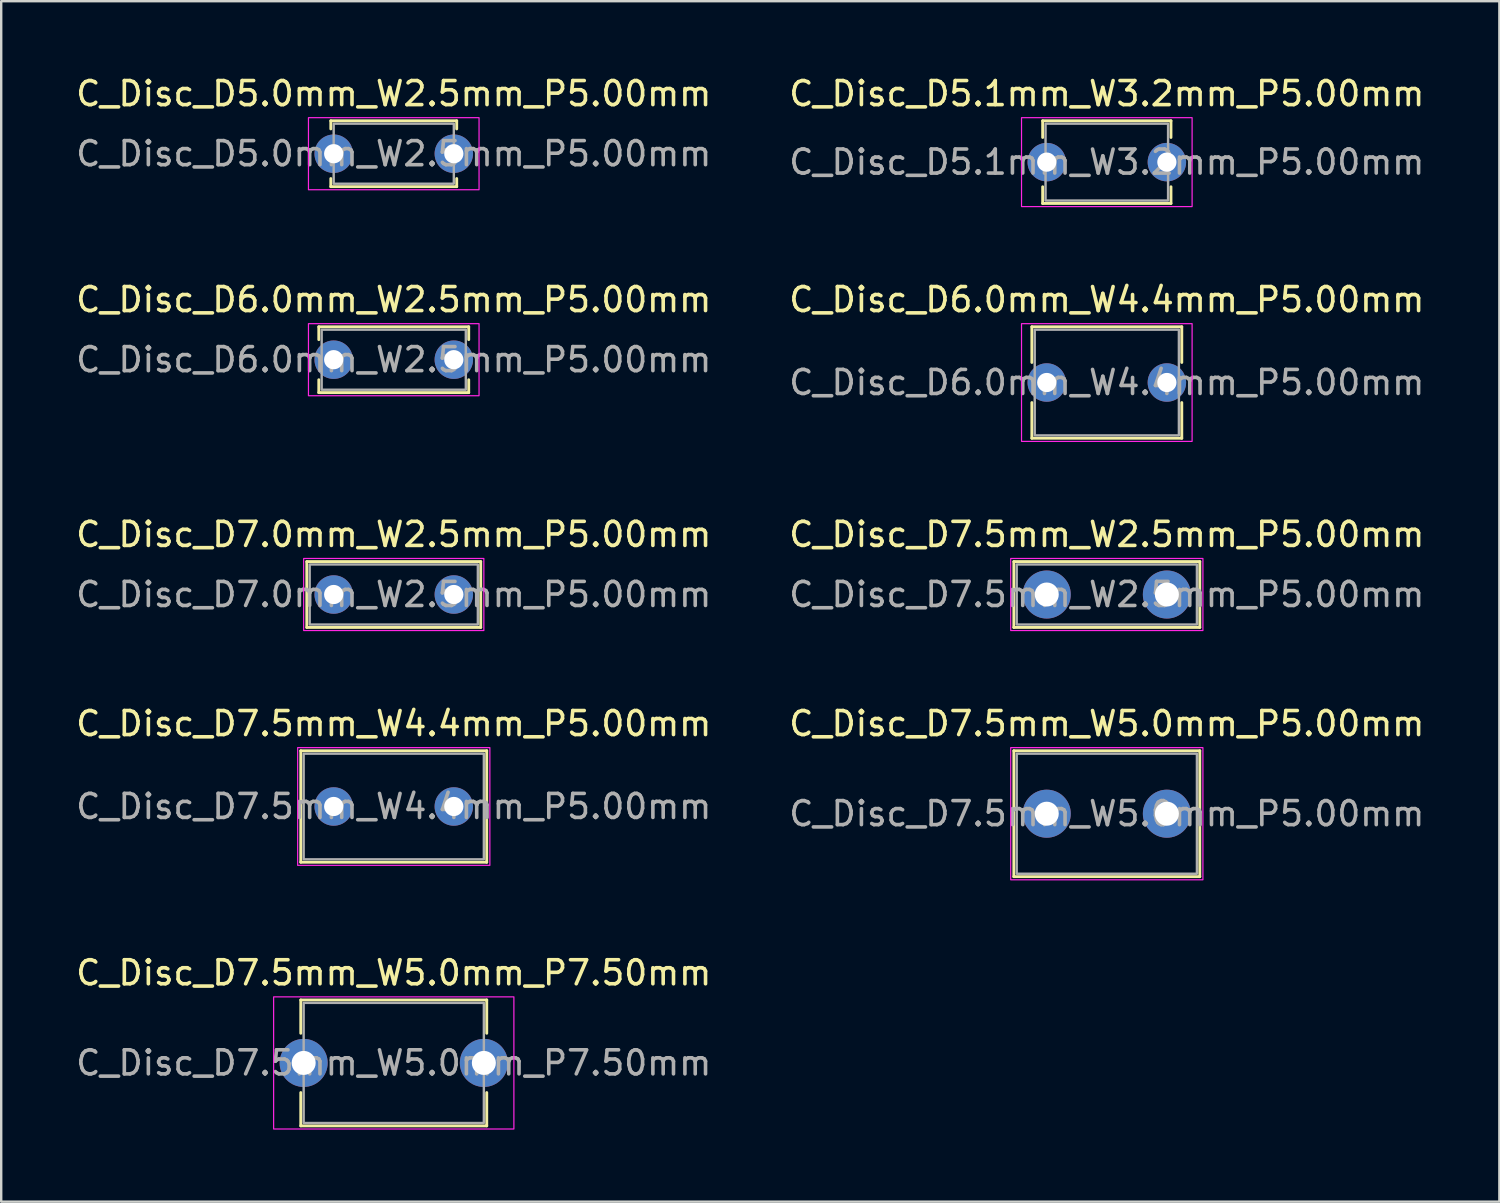
<source format=kicad_pcb>
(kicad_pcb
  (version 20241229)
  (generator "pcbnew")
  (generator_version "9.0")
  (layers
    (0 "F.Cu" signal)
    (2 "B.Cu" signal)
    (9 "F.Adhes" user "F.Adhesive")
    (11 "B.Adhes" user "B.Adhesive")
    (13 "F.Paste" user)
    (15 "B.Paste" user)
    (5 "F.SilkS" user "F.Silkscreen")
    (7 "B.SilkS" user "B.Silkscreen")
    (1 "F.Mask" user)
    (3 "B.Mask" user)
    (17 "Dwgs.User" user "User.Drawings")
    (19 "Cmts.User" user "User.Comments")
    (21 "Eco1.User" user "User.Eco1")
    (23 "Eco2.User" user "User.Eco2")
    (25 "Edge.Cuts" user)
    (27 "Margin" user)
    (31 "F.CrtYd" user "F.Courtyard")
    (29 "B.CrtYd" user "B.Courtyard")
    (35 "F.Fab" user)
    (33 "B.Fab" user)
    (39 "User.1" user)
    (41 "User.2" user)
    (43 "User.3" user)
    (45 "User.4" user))
  (footprint "C_Disc_D7.5mm_W5.0mm_P5.00mm"
    (layer "F.Cu")
    (at 40.518 30.818)
    (property "Reference" "C_Disc_D7.5mm_W5.0mm_P5.00mm" (at 2.5 -3.75 0) (layer "F.SilkS") (effects (font (size 1 1) (thickness 0.15))))
    (attr through_hole)
    (fp_line (start -1.37 -2.62) (end 6.37 -2.62) (stroke (width 0.12) (type solid)) (layer "F.SilkS"))
    (fp_line (start -1.37 2.62) (end -1.37 -2.62) (stroke (width 0.12) (type solid)) (layer "F.SilkS"))
    (fp_line (start 6.37 -2.62) (end 6.37 2.62) (stroke (width 0.12) (type solid)) (layer "F.SilkS"))
    (fp_line (start 6.37 2.62) (end -1.37 2.62) (stroke (width 0.12) (type solid)) (layer "F.SilkS"))
    (fp_rect (start -1.5 -2.75) (end 6.5 2.75) (stroke (width 0.05) (type solid)) (fill no) (layer "F.CrtYd"))
    (fp_rect (start -1.25 -2.5) (end 6.25 2.5) (stroke (width 0.1) (type solid)) (fill no) (layer "F.Fab"))
    (fp_text user "${REFERENCE}" (at 2.5 0 0) (layer "F.Fab") (effects (font (size 1 1) (thickness 0.15))))
    (pad "1" thru_hole circle (at 0 0) (size 2 2) (drill 1) (layers "*.Cu" "*.Mask"))
    (pad "2" thru_hole circle (at 5 0) (size 2 2) (drill 1) (layers "*.Cu" "*.Mask")))
  (footprint "C_Disc_D6.0mm_W2.5mm_P5.00mm"
    (layer "F.Cu")
    (at 10.839 11.921)
    (property "Reference" "C_Disc_D6.0mm_W2.5mm_P5.00mm" (at 2.5 -2.5 0) (layer "F.SilkS") (effects (font (size 1 1) (thickness 0.15))))
    (attr through_hole)
    (fp_line (start -0.62 -1.37) (end 5.62 -1.37) (stroke (width 0.12) (type solid)) (layer "F.SilkS"))
    (fp_line (start -0.62 -0.835) (end -0.62 -1.37) (stroke (width 0.12) (type solid)) (layer "F.SilkS"))
    (fp_line (start -0.62 1.37) (end -0.62 0.835) (stroke (width 0.12) (type solid)) (layer "F.SilkS"))
    (fp_line (start 5.62 -1.37) (end 5.62 -0.835) (stroke (width 0.12) (type solid)) (layer "F.SilkS"))
    (fp_line (start 5.62 0.835) (end 5.62 1.37) (stroke (width 0.12) (type solid)) (layer "F.SilkS"))
    (fp_line (start 5.62 1.37) (end -0.62 1.37) (stroke (width 0.12) (type solid)) (layer "F.SilkS"))
    (fp_rect (start -1.05 -1.5) (end 6.05 1.5) (stroke (width 0.05) (type solid)) (fill no) (layer "F.CrtYd"))
    (fp_rect (start -0.5 -1.25) (end 5.5 1.25) (stroke (width 0.1) (type solid)) (fill no) (layer "F.Fab"))
    (fp_text user "${REFERENCE}" (at 2.5 0 0) (layer "F.Fab") (effects (font (size 1 1) (thickness 0.15))))
    (pad "1" thru_hole circle (at 0 0) (size 1.6 1.6) (drill 0.8) (layers "*.Cu" "*.Mask"))
    (pad "2" thru_hole circle (at 5 0) (size 1.6 1.6) (drill 0.8) (layers "*.Cu" "*.Mask")))
  (footprint "C_Disc_D7.0mm_W2.5mm_P5.00mm"
    (layer "F.Cu")
    (at 10.839 21.695)
    (property "Reference" "C_Disc_D7.0mm_W2.5mm_P5.00mm" (at 2.5 -2.5 0) (layer "F.SilkS") (effects (font (size 1 1) (thickness 0.15))))
    (attr through_hole)
    (fp_line (start -1.12 -1.37) (end 6.12 -1.37) (stroke (width 0.12) (type solid)) (layer "F.SilkS"))
    (fp_line (start -1.12 1.37) (end -1.12 -1.37) (stroke (width 0.12) (type solid)) (layer "F.SilkS"))
    (fp_line (start 6.12 -1.37) (end 6.12 1.37) (stroke (width 0.12) (type solid)) (layer "F.SilkS"))
    (fp_line (start 6.12 1.37) (end -1.12 1.37) (stroke (width 0.12) (type solid)) (layer "F.SilkS"))
    (fp_rect (start -1.25 -1.5) (end 6.25 1.5) (stroke (width 0.05) (type solid)) (fill no) (layer "F.CrtYd"))
    (fp_rect (start -1 -1.25) (end 6 1.25) (stroke (width 0.1) (type solid)) (fill no) (layer "F.Fab"))
    (fp_text user "${REFERENCE}" (at 2.5 0 0) (layer "F.Fab") (effects (font (size 1 1) (thickness 0.15))))
    (pad "1" thru_hole circle (at 0 0) (size 1.6 1.6) (drill 0.8) (layers "*.Cu" "*.Mask"))
    (pad "2" thru_hole circle (at 5 0) (size 1.6 1.6) (drill 0.8) (layers "*.Cu" "*.Mask")))
  (footprint "C_Disc_D5.0mm_W2.5mm_P5.00mm"
    (layer "F.Cu")
    (at 10.839 3.348)
    (property "Reference" "C_Disc_D5.0mm_W2.5mm_P5.00mm" (at 2.5 -2.5 0) (layer "F.SilkS") (effects (font (size 1 1) (thickness 0.15))))
    (attr through_hole)
    (fp_line (start -0.12 -1.37) (end 5.12 -1.37) (stroke (width 0.12) (type solid)) (layer "F.SilkS"))
    (fp_line (start -0.12 -1.033) (end -0.12 -1.37) (stroke (width 0.12) (type solid)) (layer "F.SilkS"))
    (fp_line (start -0.12 1.37) (end -0.12 1.033) (stroke (width 0.12) (type solid)) (layer "F.SilkS"))
    (fp_line (start 5.12 -1.37) (end 5.12 -1.033) (stroke (width 0.12) (type solid)) (layer "F.SilkS"))
    (fp_line (start 5.12 1.033) (end 5.12 1.37) (stroke (width 0.12) (type solid)) (layer "F.SilkS"))
    (fp_line (start 5.12 1.37) (end -0.12 1.37) (stroke (width 0.12) (type solid)) (layer "F.SilkS"))
    (fp_rect (start -1.05 -1.5) (end 6.05 1.5) (stroke (width 0.05) (type solid)) (fill no) (layer "F.CrtYd"))
    (fp_rect (start 0 -1.25) (end 5 1.25) (stroke (width 0.1) (type solid)) (fill no) (layer "F.Fab"))
    (fp_text user "${REFERENCE}" (at 2.5 0 0) (layer "F.Fab") (effects (font (size 1 1) (thickness 0.15))))
    (pad "1" thru_hole circle (at 0 0) (size 1.6 1.6) (drill 0.8) (layers "*.Cu" "*.Mask"))
    (pad "2" thru_hole circle (at 5 0) (size 1.6 1.6) (drill 0.8) (layers "*.Cu" "*.Mask")))
  (footprint "C_Disc_D7.5mm_W4.4mm_P5.00mm"
    (layer "F.Cu")
    (at 10.839 30.518)
    (property "Reference" "C_Disc_D7.5mm_W4.4mm_P5.00mm" (at 2.5 -3.45 0) (layer "F.SilkS") (effects (font (size 1 1) (thickness 0.15))))
    (attr through_hole)
    (fp_line (start -1.37 -2.32) (end 6.37 -2.32) (stroke (width 0.12) (type solid)) (layer "F.SilkS"))
    (fp_line (start -1.37 2.32) (end -1.37 -2.32) (stroke (width 0.12) (type solid)) (layer "F.SilkS"))
    (fp_line (start 6.37 -2.32) (end 6.37 2.32) (stroke (width 0.12) (type solid)) (layer "F.SilkS"))
    (fp_line (start 6.37 2.32) (end -1.37 2.32) (stroke (width 0.12) (type solid)) (layer "F.SilkS"))
    (fp_rect (start -1.5 -2.45) (end 6.5 2.45) (stroke (width 0.05) (type solid)) (fill no) (layer "F.CrtYd"))
    (fp_rect (start -1.25 -2.2) (end 6.25 2.2) (stroke (width 0.1) (type solid)) (fill no) (layer "F.Fab"))
    (fp_text user "${REFERENCE}" (at 2.5 0 0) (layer "F.Fab") (effects (font (size 1 1) (thickness 0.15))))
    (pad "1" thru_hole circle (at 0 0) (size 1.6 1.6) (drill 0.8) (layers "*.Cu" "*.Mask"))
    (pad "2" thru_hole circle (at 5 0) (size 1.6 1.6) (drill 0.8) (layers "*.Cu" "*.Mask")))
  (footprint "C_Disc_D6.0mm_W4.4mm_P5.00mm"
    (layer "F.Cu")
    (at 40.518 12.871)
    (property "Reference" "C_Disc_D6.0mm_W4.4mm_P5.00mm" (at 2.5 -3.45 0) (layer "F.SilkS") (effects (font (size 1 1) (thickness 0.15))))
    (attr through_hole)
    (fp_line (start -0.62 -2.32) (end 5.62 -2.32) (stroke (width 0.12) (type solid)) (layer "F.SilkS"))
    (fp_line (start -0.62 -0.835) (end -0.62 -2.32) (stroke (width 0.12) (type solid)) (layer "F.SilkS"))
    (fp_line (start -0.62 2.32) (end -0.62 0.835) (stroke (width 0.12) (type solid)) (layer "F.SilkS"))
    (fp_line (start 5.62 -2.32) (end 5.62 -0.835) (stroke (width 0.12) (type solid)) (layer "F.SilkS"))
    (fp_line (start 5.62 0.835) (end 5.62 2.32) (stroke (width 0.12) (type solid)) (layer "F.SilkS"))
    (fp_line (start 5.62 2.32) (end -0.62 2.32) (stroke (width 0.12) (type solid)) (layer "F.SilkS"))
    (fp_rect (start -1.05 -2.45) (end 6.05 2.45) (stroke (width 0.05) (type solid)) (fill no) (layer "F.CrtYd"))
    (fp_rect (start -0.5 -2.2) (end 5.5 2.2) (stroke (width 0.1) (type solid)) (fill no) (layer "F.Fab"))
    (fp_text user "${REFERENCE}" (at 2.5 0 0) (layer "F.Fab") (effects (font (size 1 1) (thickness 0.15))))
    (pad "1" thru_hole circle (at 0 0) (size 1.6 1.6) (drill 0.8) (layers "*.Cu" "*.Mask"))
    (pad "2" thru_hole circle (at 5 0) (size 1.6 1.6) (drill 0.8) (layers "*.Cu" "*.Mask")))
  (footprint "C_Disc_D7.5mm_W5.0mm_P7.50mm"
    (layer "F.Cu")
    (at 9.589 41.191)
    (property "Reference" "C_Disc_D7.5mm_W5.0mm_P7.50mm" (at 3.75 -3.75 0) (layer "F.SilkS") (effects (font (size 1 1) (thickness 0.15))))
    (attr through_hole)
    (fp_line (start -0.12 -2.62) (end 7.62 -2.62) (stroke (width 0.12) (type solid)) (layer "F.SilkS"))
    (fp_line (start -0.12 -1.234) (end -0.12 -2.62) (stroke (width 0.12) (type solid)) (layer "F.SilkS"))
    (fp_line (start -0.12 2.62) (end -0.12 1.234) (stroke (width 0.12) (type solid)) (layer "F.SilkS"))
    (fp_line (start 7.62 -2.62) (end 7.62 -1.234) (stroke (width 0.12) (type solid)) (layer "F.SilkS"))
    (fp_line (start 7.62 1.234) (end 7.62 2.62) (stroke (width 0.12) (type solid)) (layer "F.SilkS"))
    (fp_line (start 7.62 2.62) (end -0.12 2.62) (stroke (width 0.12) (type solid)) (layer "F.SilkS"))
    (fp_rect (start -1.25 -2.75) (end 8.75 2.75) (stroke (width 0.05) (type solid)) (fill no) (layer "F.CrtYd"))
    (fp_rect (start 0 -2.5) (end 7.5 2.5) (stroke (width 0.1) (type solid)) (fill no) (layer "F.Fab"))
    (fp_text user "${REFERENCE}" (at 3.75 0 0) (layer "F.Fab") (effects (font (size 1 1) (thickness 0.15))))
    (pad "1" thru_hole circle (at 0 0) (size 2 2) (drill 1) (layers "*.Cu" "*.Mask"))
    (pad "2" thru_hole circle (at 7.5 0) (size 2 2) (drill 1) (layers "*.Cu" "*.Mask")))
  (footprint "C_Disc_D7.5mm_W2.5mm_P5.00mm"
    (layer "F.Cu")
    (at 40.518 21.695)
    (property "Reference" "C_Disc_D7.5mm_W2.5mm_P5.00mm" (at 2.5 -2.5 0) (layer "F.SilkS") (effects (font (size 1 1) (thickness 0.15))))
    (attr through_hole)
    (fp_line (start -1.37 -1.37) (end 6.37 -1.37) (stroke (width 0.12) (type solid)) (layer "F.SilkS"))
    (fp_line (start -1.37 1.37) (end -1.37 -1.37) (stroke (width 0.12) (type solid)) (layer "F.SilkS"))
    (fp_line (start 6.37 -1.37) (end 6.37 1.37) (stroke (width 0.12) (type solid)) (layer "F.SilkS"))
    (fp_line (start 6.37 1.37) (end -1.37 1.37) (stroke (width 0.12) (type solid)) (layer "F.SilkS"))
    (fp_rect (start -1.5 -1.5) (end 6.5 1.5) (stroke (width 0.05) (type solid)) (fill no) (layer "F.CrtYd"))
    (fp_rect (start -1.25 -1.25) (end 6.25 1.25) (stroke (width 0.1) (type solid)) (fill no) (layer "F.Fab"))
    (fp_text user "${REFERENCE}" (at 2.5 0 0) (layer "F.Fab") (effects (font (size 1 1) (thickness 0.15))))
    (pad "1" thru_hole circle (at 0 0) (size 2 2) (drill 1) (layers "*.Cu" "*.Mask"))
    (pad "2" thru_hole circle (at 5 0) (size 2 2) (drill 1) (layers "*.Cu" "*.Mask")))
  (footprint "C_Disc_D5.1mm_W3.2mm_P5.00mm"
    (layer "F.Cu")
    (at 40.518 3.698)
    (property "Reference" "C_Disc_D5.1mm_W3.2mm_P5.00mm" (at 2.5 -2.85 0) (layer "F.SilkS") (effects (font (size 1 1) (thickness 0.15))))
    (attr through_hole)
    (fp_line (start -0.17 -1.72) (end 5.17 -1.72) (stroke (width 0.12) (type solid)) (layer "F.SilkS"))
    (fp_line (start -0.17 -1.026) (end -0.17 -1.72) (stroke (width 0.12) (type solid)) (layer "F.SilkS"))
    (fp_line (start -0.17 1.72) (end -0.17 1.026) (stroke (width 0.12) (type solid)) (layer "F.SilkS"))
    (fp_line (start 5.17 -1.72) (end 5.17 -1.026) (stroke (width 0.12) (type solid)) (layer "F.SilkS"))
    (fp_line (start 5.17 1.026) (end 5.17 1.72) (stroke (width 0.12) (type solid)) (layer "F.SilkS"))
    (fp_line (start 5.17 1.72) (end -0.17 1.72) (stroke (width 0.12) (type solid)) (layer "F.SilkS"))
    (fp_rect (start -1.05 -1.85) (end 6.05 1.85) (stroke (width 0.05) (type solid)) (fill no) (layer "F.CrtYd"))
    (fp_rect (start -0.05 -1.6) (end 5.05 1.6) (stroke (width 0.1) (type solid)) (fill no) (layer "F.Fab"))
    (fp_text user "${REFERENCE}" (at 2.5 0 0) (layer "F.Fab") (effects (font (size 1 1) (thickness 0.15))))
    (pad "1" thru_hole circle (at 0 0) (size 1.6 1.6) (drill 0.8) (layers "*.Cu" "*.Mask"))
    (pad "2" thru_hole circle (at 5 0) (size 1.6 1.6) (drill 0.8) (layers "*.Cu" "*.Mask")))
  (gr_rect
    (start -3 -3)
    (end 59.357 46.966)
    (stroke (width 0.1) (type default))
    (fill no)
    (layer "Edge.Cuts")))
</source>
